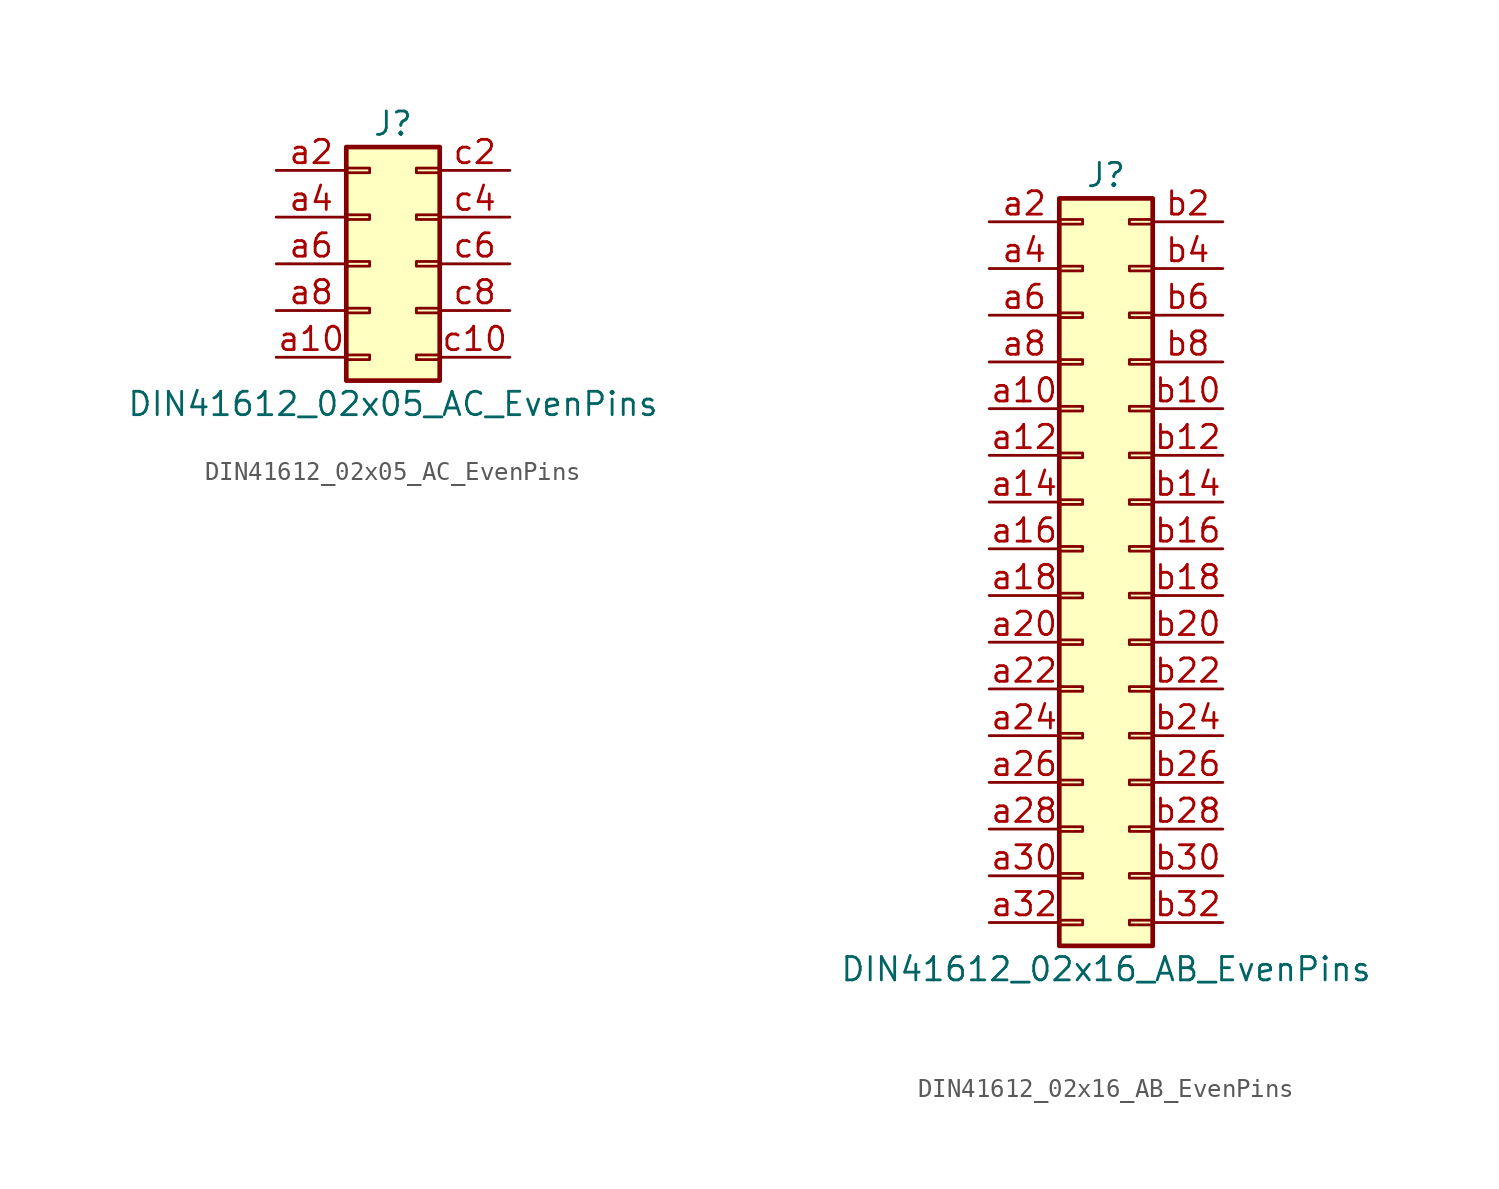
<source format=kicad_sym>
(kicad_symbol_lib
  (version 20220914)
  (generator kicad_symbol_editor)
  (symbol "DIN41612_02x05_AC_EvenPins"
    (pin_names
      (offset 1.016) hide)
    (property "Reference" "J"
      (at 1.27 7.62 0)
      (effects (font (size 1.27 1.27))))
    (property "Value" "DIN41612_02x05_AC_EvenPins"
      (at 1.27 -7.62 0)
      (effects (font (size 1.27 1.27))))
    (symbol "DIN41612_02x05_AC_EvenPins_1_1"
      (rectangle (start -1.27 -4.953) (end 0 -5.207) (stroke (width 0.152) (type default)) (fill (type none)))
      (rectangle (start -1.27 -2.413) (end 0 -2.667) (stroke (width 0.152) (type default)) (fill (type none)))
      (rectangle (start -1.27 0.127) (end 0 -0.127) (stroke (width 0.152) (type default)) (fill (type none)))
      (rectangle (start -1.27 2.667) (end 0 2.413) (stroke (width 0.152) (type default)) (fill (type none)))
      (rectangle (start -1.27 5.207) (end 0 4.953) (stroke (width 0.152) (type default)) (fill (type none)))
      (rectangle (start -1.27 6.35) (end 3.81 -6.35) (stroke (width 0.254) (type default)) (fill (type background)))
      (rectangle (start 3.81 -4.953) (end 2.54 -5.207) (stroke (width 0.152) (type default)) (fill (type none)))
      (rectangle (start 3.81 -2.413) (end 2.54 -2.667) (stroke (width 0.152) (type default)) (fill (type none)))
      (rectangle (start 3.81 0.127) (end 2.54 -0.127) (stroke (width 0.152) (type default)) (fill (type none)))
      (rectangle (start 3.81 2.667) (end 2.54 2.413) (stroke (width 0.152) (type default)) (fill (type none)))
      (rectangle (start 3.81 5.207) (end 2.54 4.953) (stroke (width 0.152) (type default)) (fill (type none)))
      (pin passive line (at -5.08 -5.08 0) (length 3.81) (name "Pin_a10" (effects (font (size 1.27 1.27)))) (number "a10" (effects (font (size 1.27 1.27)))))
      (pin passive line (at -5.08 5.08 0) (length 3.81) (name "Pin_a2" (effects (font (size 1.27 1.27)))) (number "a2" (effects (font (size 1.27 1.27)))))
      (pin passive line (at -5.08 2.54 0) (length 3.81) (name "Pin_a4" (effects (font (size 1.27 1.27)))) (number "a4" (effects (font (size 1.27 1.27)))))
      (pin passive line (at -5.08 0 0) (length 3.81) (name "Pin_a6" (effects (font (size 1.27 1.27)))) (number "a6" (effects (font (size 1.27 1.27)))))
      (pin passive line (at -5.08 -2.54 0) (length 3.81) (name "Pin_a8" (effects (font (size 1.27 1.27)))) (number "a8" (effects (font (size 1.27 1.27)))))
      (pin passive line (at 7.62 -5.08 180) (length 3.81) (name "Pin_c10" (effects (font (size 1.27 1.27)))) (number "c10" (effects (font (size 1.27 1.27)))))
      (pin passive line (at 7.62 5.08 180) (length 3.81) (name "Pin_c2" (effects (font (size 1.27 1.27)))) (number "c2" (effects (font (size 1.27 1.27)))))
      (pin passive line (at 7.62 2.54 180) (length 3.81) (name "Pin_c4" (effects (font (size 1.27 1.27)))) (number "c4" (effects (font (size 1.27 1.27)))))
      (pin passive line (at 7.62 0 180) (length 3.81) (name "Pin_c6" (effects (font (size 1.27 1.27)))) (number "c6" (effects (font (size 1.27 1.27)))))
      (pin passive line (at 7.62 -2.54 180) (length 3.81) (name "Pin_c8" (effects (font (size 1.27 1.27)))) (number "c8" (effects (font (size 1.27 1.27)))))))
  (symbol "DIN41612_02x16_AB_EvenPins"
    (pin_names
      (offset 1.016) hide)
    (property "Reference" "J"
      (at 1.27 20.32 0)
      (effects (font (size 1.27 1.27))))
    (property "Value" "DIN41612_02x16_AB_EvenPins"
      (at 1.27 -22.86 0)
      (effects (font (size 1.27 1.27))))
    (symbol "DIN41612_02x16_AB_EvenPins_1_1"
      (rectangle (start -1.27 -20.193) (end 0 -20.447) (stroke (width 0.152) (type default)) (fill (type none)))
      (rectangle (start -1.27 -17.653) (end 0 -17.907) (stroke (width 0.152) (type default)) (fill (type none)))
      (rectangle (start -1.27 -15.113) (end 0 -15.367) (stroke (width 0.152) (type default)) (fill (type none)))
      (rectangle (start -1.27 -12.573) (end 0 -12.827) (stroke (width 0.152) (type default)) (fill (type none)))
      (rectangle (start -1.27 -10.033) (end 0 -10.287) (stroke (width 0.152) (type default)) (fill (type none)))
      (rectangle (start -1.27 -7.493) (end 0 -7.747) (stroke (width 0.152) (type default)) (fill (type none)))
      (rectangle (start -1.27 -4.953) (end 0 -5.207) (stroke (width 0.152) (type default)) (fill (type none)))
      (rectangle (start -1.27 -2.413) (end 0 -2.667) (stroke (width 0.152) (type default)) (fill (type none)))
      (rectangle (start -1.27 0.127) (end 0 -0.127) (stroke (width 0.152) (type default)) (fill (type none)))
      (rectangle (start -1.27 2.667) (end 0 2.413) (stroke (width 0.152) (type default)) (fill (type none)))
      (rectangle (start -1.27 5.207) (end 0 4.953) (stroke (width 0.152) (type default)) (fill (type none)))
      (rectangle (start -1.27 7.747) (end 0 7.493) (stroke (width 0.152) (type default)) (fill (type none)))
      (rectangle (start -1.27 10.287) (end 0 10.033) (stroke (width 0.152) (type default)) (fill (type none)))
      (rectangle (start -1.27 12.827) (end 0 12.573) (stroke (width 0.152) (type default)) (fill (type none)))
      (rectangle (start -1.27 15.367) (end 0 15.113) (stroke (width 0.152) (type default)) (fill (type none)))
      (rectangle (start -1.27 17.907) (end 0 17.653) (stroke (width 0.152) (type default)) (fill (type none)))
      (rectangle (start -1.27 19.05) (end 3.81 -21.59) (stroke (width 0.254) (type default)) (fill (type background)))
      (rectangle (start 3.81 -20.193) (end 2.54 -20.447) (stroke (width 0.152) (type default)) (fill (type none)))
      (rectangle (start 3.81 -17.653) (end 2.54 -17.907) (stroke (width 0.152) (type default)) (fill (type none)))
      (rectangle (start 3.81 -15.113) (end 2.54 -15.367) (stroke (width 0.152) (type default)) (fill (type none)))
      (rectangle (start 3.81 -12.573) (end 2.54 -12.827) (stroke (width 0.152) (type default)) (fill (type none)))
      (rectangle (start 3.81 -10.033) (end 2.54 -10.287) (stroke (width 0.152) (type default)) (fill (type none)))
      (rectangle (start 3.81 -7.493) (end 2.54 -7.747) (stroke (width 0.152) (type default)) (fill (type none)))
      (rectangle (start 3.81 -4.953) (end 2.54 -5.207) (stroke (width 0.152) (type default)) (fill (type none)))
      (rectangle (start 3.81 -2.413) (end 2.54 -2.667) (stroke (width 0.152) (type default)) (fill (type none)))
      (rectangle (start 3.81 0.127) (end 2.54 -0.127) (stroke (width 0.152) (type default)) (fill (type none)))
      (rectangle (start 3.81 2.667) (end 2.54 2.413) (stroke (width 0.152) (type default)) (fill (type none)))
      (rectangle (start 3.81 5.207) (end 2.54 4.953) (stroke (width 0.152) (type default)) (fill (type none)))
      (rectangle (start 3.81 7.747) (end 2.54 7.493) (stroke (width 0.152) (type default)) (fill (type none)))
      (rectangle (start 3.81 10.287) (end 2.54 10.033) (stroke (width 0.152) (type default)) (fill (type none)))
      (rectangle (start 3.81 12.827) (end 2.54 12.573) (stroke (width 0.152) (type default)) (fill (type none)))
      (rectangle (start 3.81 15.367) (end 2.54 15.113) (stroke (width 0.152) (type default)) (fill (type none)))
      (rectangle (start 3.81 17.907) (end 2.54 17.653) (stroke (width 0.152) (type default)) (fill (type none)))
      (pin passive line (at -5.08 7.62 0) (length 3.81) (name "Pin_a10" (effects (font (size 1.27 1.27)))) (number "a10" (effects (font (size 1.27 1.27)))))
      (pin passive line (at -5.08 5.08 0) (length 3.81) (name "Pin_a12" (effects (font (size 1.27 1.27)))) (number "a12" (effects (font (size 1.27 1.27)))))
      (pin passive line (at -5.08 2.54 0) (length 3.81) (name "Pin_a14" (effects (font (size 1.27 1.27)))) (number "a14" (effects (font (size 1.27 1.27)))))
      (pin passive line (at -5.08 0 0) (length 3.81) (name "Pin_a16" (effects (font (size 1.27 1.27)))) (number "a16" (effects (font (size 1.27 1.27)))))
      (pin passive line (at -5.08 -2.54 0) (length 3.81) (name "Pin_a18" (effects (font (size 1.27 1.27)))) (number "a18" (effects (font (size 1.27 1.27)))))
      (pin passive line (at -5.08 17.78 0) (length 3.81) (name "Pin_a2" (effects (font (size 1.27 1.27)))) (number "a2" (effects (font (size 1.27 1.27)))))
      (pin passive line (at -5.08 -5.08 0) (length 3.81) (name "Pin_a20" (effects (font (size 1.27 1.27)))) (number "a20" (effects (font (size 1.27 1.27)))))
      (pin passive line (at -5.08 -7.62 0) (length 3.81) (name "Pin_a22" (effects (font (size 1.27 1.27)))) (number "a22" (effects (font (size 1.27 1.27)))))
      (pin passive line (at -5.08 -10.16 0) (length 3.81) (name "Pin_a24" (effects (font (size 1.27 1.27)))) (number "a24" (effects (font (size 1.27 1.27)))))
      (pin passive line (at -5.08 -12.7 0) (length 3.81) (name "Pin_a26" (effects (font (size 1.27 1.27)))) (number "a26" (effects (font (size 1.27 1.27)))))
      (pin passive line (at -5.08 -15.24 0) (length 3.81) (name "Pin_a28" (effects (font (size 1.27 1.27)))) (number "a28" (effects (font (size 1.27 1.27)))))
      (pin passive line (at -5.08 -17.78 0) (length 3.81) (name "Pin_a30" (effects (font (size 1.27 1.27)))) (number "a30" (effects (font (size 1.27 1.27)))))
      (pin passive line (at -5.08 -20.32 0) (length 3.81) (name "Pin_a32" (effects (font (size 1.27 1.27)))) (number "a32" (effects (font (size 1.27 1.27)))))
      (pin passive line (at -5.08 15.24 0) (length 3.81) (name "Pin_a4" (effects (font (size 1.27 1.27)))) (number "a4" (effects (font (size 1.27 1.27)))))
      (pin passive line (at -5.08 12.7 0) (length 3.81) (name "Pin_a6" (effects (font (size 1.27 1.27)))) (number "a6" (effects (font (size 1.27 1.27)))))
      (pin passive line (at -5.08 10.16 0) (length 3.81) (name "Pin_a8" (effects (font (size 1.27 1.27)))) (number "a8" (effects (font (size 1.27 1.27)))))
      (pin passive line (at 7.62 7.62 180) (length 3.81) (name "Pin_b10" (effects (font (size 1.27 1.27)))) (number "b10" (effects (font (size 1.27 1.27)))))
      (pin passive line (at 7.62 5.08 180) (length 3.81) (name "Pin_b12" (effects (font (size 1.27 1.27)))) (number "b12" (effects (font (size 1.27 1.27)))))
      (pin passive line (at 7.62 2.54 180) (length 3.81) (name "Pin_b14" (effects (font (size 1.27 1.27)))) (number "b14" (effects (font (size 1.27 1.27)))))
      (pin passive line (at 7.62 0 180) (length 3.81) (name "Pin_b16" (effects (font (size 1.27 1.27)))) (number "b16" (effects (font (size 1.27 1.27)))))
      (pin passive line (at 7.62 -2.54 180) (length 3.81) (name "Pin_b18" (effects (font (size 1.27 1.27)))) (number "b18" (effects (font (size 1.27 1.27)))))
      (pin passive line (at 7.62 17.78 180) (length 3.81) (name "Pin_b2" (effects (font (size 1.27 1.27)))) (number "b2" (effects (font (size 1.27 1.27)))))
      (pin passive line (at 7.62 -5.08 180) (length 3.81) (name "Pin_b20" (effects (font (size 1.27 1.27)))) (number "b20" (effects (font (size 1.27 1.27)))))
      (pin passive line (at 7.62 -7.62 180) (length 3.81) (name "Pin_b22" (effects (font (size 1.27 1.27)))) (number "b22" (effects (font (size 1.27 1.27)))))
      (pin passive line (at 7.62 -10.16 180) (length 3.81) (name "Pin_b24" (effects (font (size 1.27 1.27)))) (number "b24" (effects (font (size 1.27 1.27)))))
      (pin passive line (at 7.62 -12.7 180) (length 3.81) (name "Pin_b26" (effects (font (size 1.27 1.27)))) (number "b26" (effects (font (size 1.27 1.27)))))
      (pin passive line (at 7.62 -15.24 180) (length 3.81) (name "Pin_b28" (effects (font (size 1.27 1.27)))) (number "b28" (effects (font (size 1.27 1.27)))))
      (pin passive line (at 7.62 -17.78 180) (length 3.81) (name "Pin_b30" (effects (font (size 1.27 1.27)))) (number "b30" (effects (font (size 1.27 1.27)))))
      (pin passive line (at 7.62 -20.32 180) (length 3.81) (name "Pin_b32" (effects (font (size 1.27 1.27)))) (number "b32" (effects (font (size 1.27 1.27)))))
      (pin passive line (at 7.62 15.24 180) (length 3.81) (name "Pin_b4" (effects (font (size 1.27 1.27)))) (number "b4" (effects (font (size 1.27 1.27)))))
      (pin passive line (at 7.62 12.7 180) (length 3.81) (name "Pin_b6" (effects (font (size 1.27 1.27)))) (number "b6" (effects (font (size 1.27 1.27)))))
      (pin passive line (at 7.62 10.16 180) (length 3.81) (name "Pin_b8" (effects (font (size 1.27 1.27)))) (number "b8" (effects (font (size 1.27 1.27))))))))
</source>
